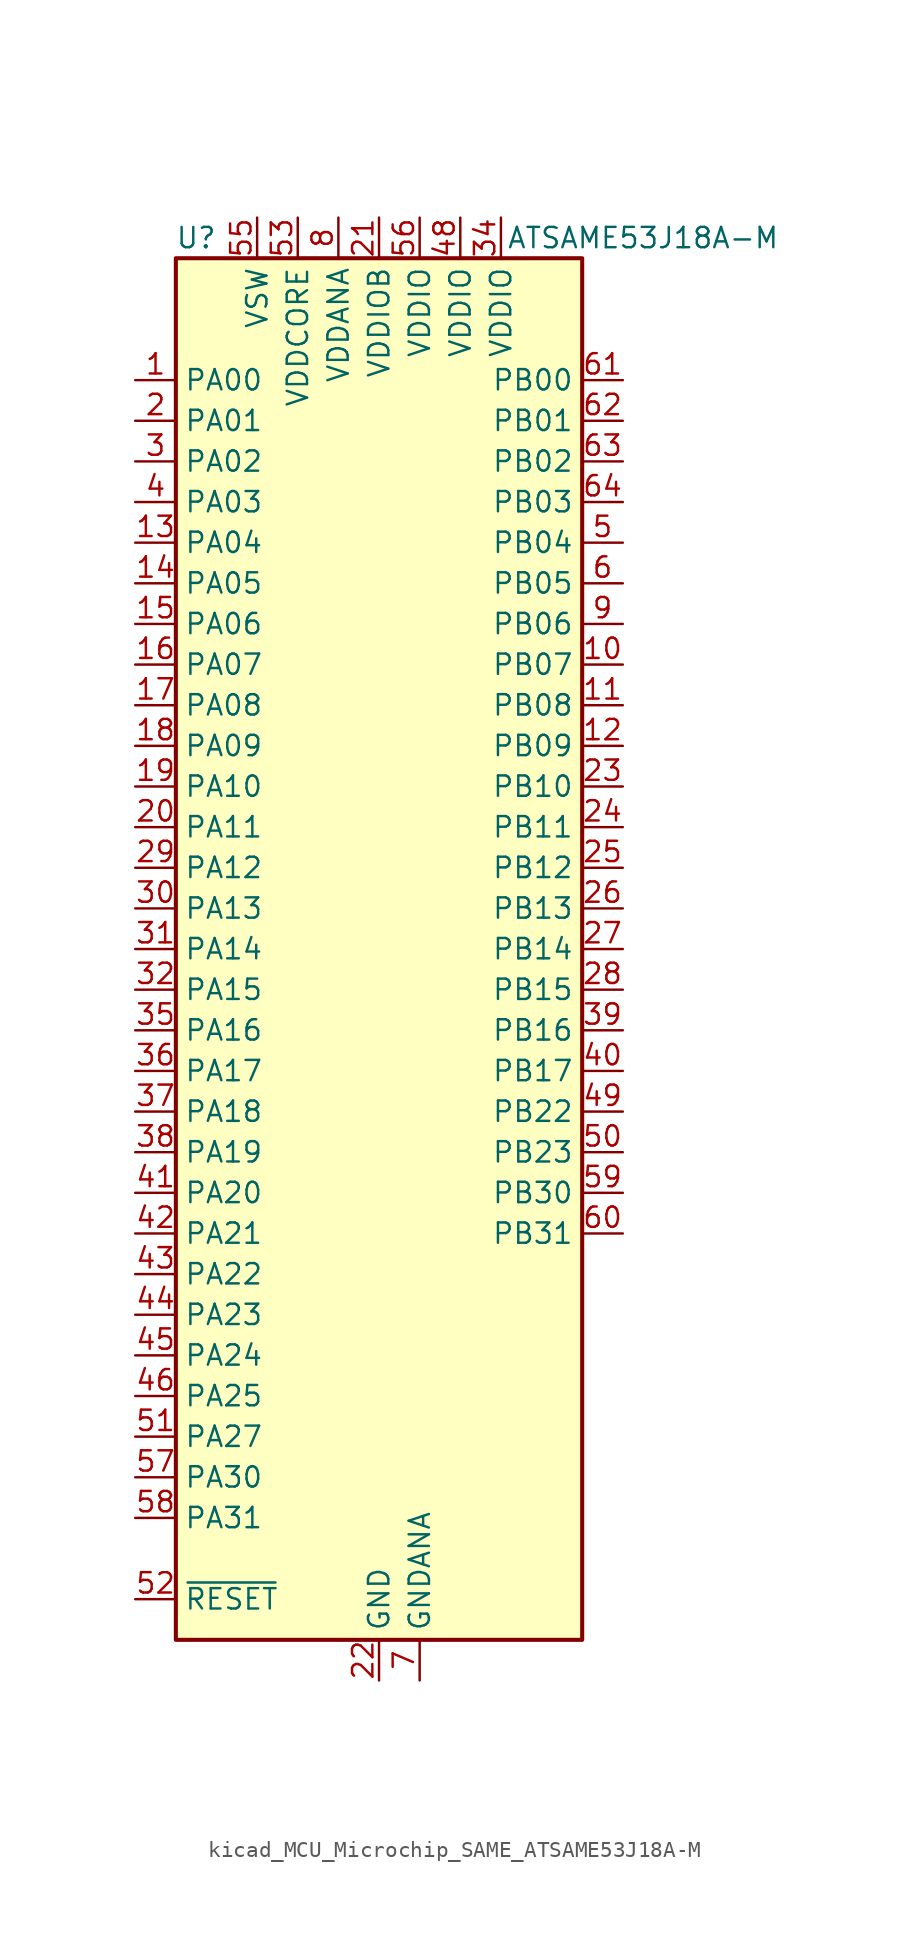
<source format=kicad_sym>
(kicad_symbol_lib
  (version 20220914)
  (generator kicad_symbol_editor)
  (symbol "kicad_MCU_Microchip_SAME_ATSAME53J18A-M"
    (property "Reference" "U"
      (at -11.43 44.45 0)
      (effects (font (size 1.27 1.27))))
    (property "Value" "ATSAME53J18A-M"
      (at 16.51 44.45 0)
      (effects (font (size 1.27 1.27))))
    (symbol "kicad_MCU_Microchip_SAME_ATSAME53J18A-M_0_1"
      (rectangle (start -12.7 43.18) (end 12.7 -43.18) (stroke (width 0.254) (type default)) (fill (type background))))
    (symbol "kicad_MCU_Microchip_SAME_ATSAME53J18A-M_1_1"
      (pin bidirectional line (at -15.24 35.56 0) (length 2.54) (name "PA00" (effects (font (size 1.27 1.27)))) (number "1" (effects (font (size 1.27 1.27)))))
      (pin bidirectional line (at 15.24 17.78 180) (length 2.54) (name "PB07" (effects (font (size 1.27 1.27)))) (number "10" (effects (font (size 1.27 1.27)))))
      (pin bidirectional line (at 15.24 15.24 180) (length 2.54) (name "PB08" (effects (font (size 1.27 1.27)))) (number "11" (effects (font (size 1.27 1.27)))))
      (pin bidirectional line (at 15.24 12.7 180) (length 2.54) (name "PB09" (effects (font (size 1.27 1.27)))) (number "12" (effects (font (size 1.27 1.27)))))
      (pin bidirectional line (at -15.24 25.4 0) (length 2.54) (name "PA04" (effects (font (size 1.27 1.27)))) (number "13" (effects (font (size 1.27 1.27)))))
      (pin bidirectional line (at -15.24 22.86 0) (length 2.54) (name "PA05" (effects (font (size 1.27 1.27)))) (number "14" (effects (font (size 1.27 1.27)))))
      (pin bidirectional line (at -15.24 20.32 0) (length 2.54) (name "PA06" (effects (font (size 1.27 1.27)))) (number "15" (effects (font (size 1.27 1.27)))))
      (pin bidirectional line (at -15.24 17.78 0) (length 2.54) (name "PA07" (effects (font (size 1.27 1.27)))) (number "16" (effects (font (size 1.27 1.27)))))
      (pin bidirectional line (at -15.24 15.24 0) (length 2.54) (name "PA08" (effects (font (size 1.27 1.27)))) (number "17" (effects (font (size 1.27 1.27)))))
      (pin bidirectional line (at -15.24 12.7 0) (length 2.54) (name "PA09" (effects (font (size 1.27 1.27)))) (number "18" (effects (font (size 1.27 1.27)))))
      (pin bidirectional line (at -15.24 10.16 0) (length 2.54) (name "PA10" (effects (font (size 1.27 1.27)))) (number "19" (effects (font (size 1.27 1.27)))))
      (pin bidirectional line (at -15.24 33.02 0) (length 2.54) (name "PA01" (effects (font (size 1.27 1.27)))) (number "2" (effects (font (size 1.27 1.27)))))
      (pin bidirectional line (at -15.24 7.62 0) (length 2.54) (name "PA11" (effects (font (size 1.27 1.27)))) (number "20" (effects (font (size 1.27 1.27)))))
      (pin power_in line (at 0 45.72 270) (length 2.54) (name "VDDIOB" (effects (font (size 1.27 1.27)))) (number "21" (effects (font (size 1.27 1.27)))))
      (pin power_in line (at 0 -45.72 90) (length 2.54) (name "GND" (effects (font (size 1.27 1.27)))) (number "22" (effects (font (size 1.27 1.27)))))
      (pin bidirectional line (at 15.24 10.16 180) (length 2.54) (name "PB10" (effects (font (size 1.27 1.27)))) (number "23" (effects (font (size 1.27 1.27)))))
      (pin bidirectional line (at 15.24 7.62 180) (length 2.54) (name "PB11" (effects (font (size 1.27 1.27)))) (number "24" (effects (font (size 1.27 1.27)))))
      (pin bidirectional line (at 15.24 5.08 180) (length 2.54) (name "PB12" (effects (font (size 1.27 1.27)))) (number "25" (effects (font (size 1.27 1.27)))))
      (pin bidirectional line (at 15.24 2.54 180) (length 2.54) (name "PB13" (effects (font (size 1.27 1.27)))) (number "26" (effects (font (size 1.27 1.27)))))
      (pin bidirectional line (at 15.24 0 180) (length 2.54) (name "PB14" (effects (font (size 1.27 1.27)))) (number "27" (effects (font (size 1.27 1.27)))))
      (pin bidirectional line (at 15.24 -2.54 180) (length 2.54) (name "PB15" (effects (font (size 1.27 1.27)))) (number "28" (effects (font (size 1.27 1.27)))))
      (pin bidirectional line (at -15.24 5.08 0) (length 2.54) (name "PA12" (effects (font (size 1.27 1.27)))) (number "29" (effects (font (size 1.27 1.27)))))
      (pin bidirectional line (at -15.24 30.48 0) (length 2.54) (name "PA02" (effects (font (size 1.27 1.27)))) (number "3" (effects (font (size 1.27 1.27)))))
      (pin bidirectional line (at -15.24 2.54 0) (length 2.54) (name "PA13" (effects (font (size 1.27 1.27)))) (number "30" (effects (font (size 1.27 1.27)))))
      (pin bidirectional line (at -15.24 0 0) (length 2.54) (name "PA14" (effects (font (size 1.27 1.27)))) (number "31" (effects (font (size 1.27 1.27)))))
      (pin bidirectional line (at -15.24 -2.54 0) (length 2.54) (name "PA15" (effects (font (size 1.27 1.27)))) (number "32" (effects (font (size 1.27 1.27)))))
      (pin passive line (at 0 -45.72 90) (length 2.54) hide (name "GND" (effects (font (size 1.27 1.27)))) (number "33" (effects (font (size 1.27 1.27)))))
      (pin power_in line (at 7.62 45.72 270) (length 2.54) (name "VDDIO" (effects (font (size 1.27 1.27)))) (number "34" (effects (font (size 1.27 1.27)))))
      (pin bidirectional line (at -15.24 -5.08 0) (length 2.54) (name "PA16" (effects (font (size 1.27 1.27)))) (number "35" (effects (font (size 1.27 1.27)))))
      (pin bidirectional line (at -15.24 -7.62 0) (length 2.54) (name "PA17" (effects (font (size 1.27 1.27)))) (number "36" (effects (font (size 1.27 1.27)))))
      (pin bidirectional line (at -15.24 -10.16 0) (length 2.54) (name "PA18" (effects (font (size 1.27 1.27)))) (number "37" (effects (font (size 1.27 1.27)))))
      (pin bidirectional line (at -15.24 -12.7 0) (length 2.54) (name "PA19" (effects (font (size 1.27 1.27)))) (number "38" (effects (font (size 1.27 1.27)))))
      (pin bidirectional line (at 15.24 -5.08 180) (length 2.54) (name "PB16" (effects (font (size 1.27 1.27)))) (number "39" (effects (font (size 1.27 1.27)))))
      (pin bidirectional line (at -15.24 27.94 0) (length 2.54) (name "PA03" (effects (font (size 1.27 1.27)))) (number "4" (effects (font (size 1.27 1.27)))))
      (pin bidirectional line (at 15.24 -7.62 180) (length 2.54) (name "PB17" (effects (font (size 1.27 1.27)))) (number "40" (effects (font (size 1.27 1.27)))))
      (pin bidirectional line (at -15.24 -15.24 0) (length 2.54) (name "PA20" (effects (font (size 1.27 1.27)))) (number "41" (effects (font (size 1.27 1.27)))))
      (pin bidirectional line (at -15.24 -17.78 0) (length 2.54) (name "PA21" (effects (font (size 1.27 1.27)))) (number "42" (effects (font (size 1.27 1.27)))))
      (pin bidirectional line (at -15.24 -20.32 0) (length 2.54) (name "PA22" (effects (font (size 1.27 1.27)))) (number "43" (effects (font (size 1.27 1.27)))))
      (pin bidirectional line (at -15.24 -22.86 0) (length 2.54) (name "PA23" (effects (font (size 1.27 1.27)))) (number "44" (effects (font (size 1.27 1.27)))))
      (pin bidirectional line (at -15.24 -25.4 0) (length 2.54) (name "PA24" (effects (font (size 1.27 1.27)))) (number "45" (effects (font (size 1.27 1.27)))))
      (pin bidirectional line (at -15.24 -27.94 0) (length 2.54) (name "PA25" (effects (font (size 1.27 1.27)))) (number "46" (effects (font (size 1.27 1.27)))))
      (pin passive line (at 0 -45.72 90) (length 2.54) hide (name "GND" (effects (font (size 1.27 1.27)))) (number "47" (effects (font (size 1.27 1.27)))))
      (pin power_in line (at 5.08 45.72 270) (length 2.54) (name "VDDIO" (effects (font (size 1.27 1.27)))) (number "48" (effects (font (size 1.27 1.27)))))
      (pin bidirectional line (at 15.24 -10.16 180) (length 2.54) (name "PB22" (effects (font (size 1.27 1.27)))) (number "49" (effects (font (size 1.27 1.27)))))
      (pin bidirectional line (at 15.24 25.4 180) (length 2.54) (name "PB04" (effects (font (size 1.27 1.27)))) (number "5" (effects (font (size 1.27 1.27)))))
      (pin bidirectional line (at 15.24 -12.7 180) (length 2.54) (name "PB23" (effects (font (size 1.27 1.27)))) (number "50" (effects (font (size 1.27 1.27)))))
      (pin bidirectional line (at -15.24 -30.48 0) (length 2.54) (name "PA27" (effects (font (size 1.27 1.27)))) (number "51" (effects (font (size 1.27 1.27)))))
      (pin input line (at -15.24 -40.64 0) (length 2.54) (name "~{RESET}" (effects (font (size 1.27 1.27)))) (number "52" (effects (font (size 1.27 1.27)))))
      (pin power_out line (at -5.08 45.72 270) (length 2.54) (name "VDDCORE" (effects (font (size 1.27 1.27)))) (number "53" (effects (font (size 1.27 1.27)))))
      (pin passive line (at 0 -45.72 90) (length 2.54) hide (name "GND" (effects (font (size 1.27 1.27)))) (number "54" (effects (font (size 1.27 1.27)))))
      (pin power_in line (at -7.62 45.72 270) (length 2.54) (name "VSW" (effects (font (size 1.27 1.27)))) (number "55" (effects (font (size 1.27 1.27)))))
      (pin power_in line (at 2.54 45.72 270) (length 2.54) (name "VDDIO" (effects (font (size 1.27 1.27)))) (number "56" (effects (font (size 1.27 1.27)))))
      (pin bidirectional line (at -15.24 -33.02 0) (length 2.54) (name "PA30" (effects (font (size 1.27 1.27)))) (number "57" (effects (font (size 1.27 1.27)))))
      (pin bidirectional line (at -15.24 -35.56 0) (length 2.54) (name "PA31" (effects (font (size 1.27 1.27)))) (number "58" (effects (font (size 1.27 1.27)))))
      (pin bidirectional line (at 15.24 -15.24 180) (length 2.54) (name "PB30" (effects (font (size 1.27 1.27)))) (number "59" (effects (font (size 1.27 1.27)))))
      (pin bidirectional line (at 15.24 22.86 180) (length 2.54) (name "PB05" (effects (font (size 1.27 1.27)))) (number "6" (effects (font (size 1.27 1.27)))))
      (pin bidirectional line (at 15.24 -17.78 180) (length 2.54) (name "PB31" (effects (font (size 1.27 1.27)))) (number "60" (effects (font (size 1.27 1.27)))))
      (pin bidirectional line (at 15.24 35.56 180) (length 2.54) (name "PB00" (effects (font (size 1.27 1.27)))) (number "61" (effects (font (size 1.27 1.27)))))
      (pin bidirectional line (at 15.24 33.02 180) (length 2.54) (name "PB01" (effects (font (size 1.27 1.27)))) (number "62" (effects (font (size 1.27 1.27)))))
      (pin bidirectional line (at 15.24 30.48 180) (length 2.54) (name "PB02" (effects (font (size 1.27 1.27)))) (number "63" (effects (font (size 1.27 1.27)))))
      (pin bidirectional line (at 15.24 27.94 180) (length 2.54) (name "PB03" (effects (font (size 1.27 1.27)))) (number "64" (effects (font (size 1.27 1.27)))))
      (pin passive line (at 0 -45.72 90) (length 2.54) hide (name "GND" (effects (font (size 1.27 1.27)))) (number "65" (effects (font (size 1.27 1.27)))))
      (pin power_in line (at 2.54 -45.72 90) (length 2.54) (name "GNDANA" (effects (font (size 1.27 1.27)))) (number "7" (effects (font (size 1.27 1.27)))))
      (pin power_in line (at -2.54 45.72 270) (length 2.54) (name "VDDANA" (effects (font (size 1.27 1.27)))) (number "8" (effects (font (size 1.27 1.27)))))
      (pin bidirectional line (at 15.24 20.32 180) (length 2.54) (name "PB06" (effects (font (size 1.27 1.27)))) (number "9" (effects (font (size 1.27 1.27))))))))
</source>
